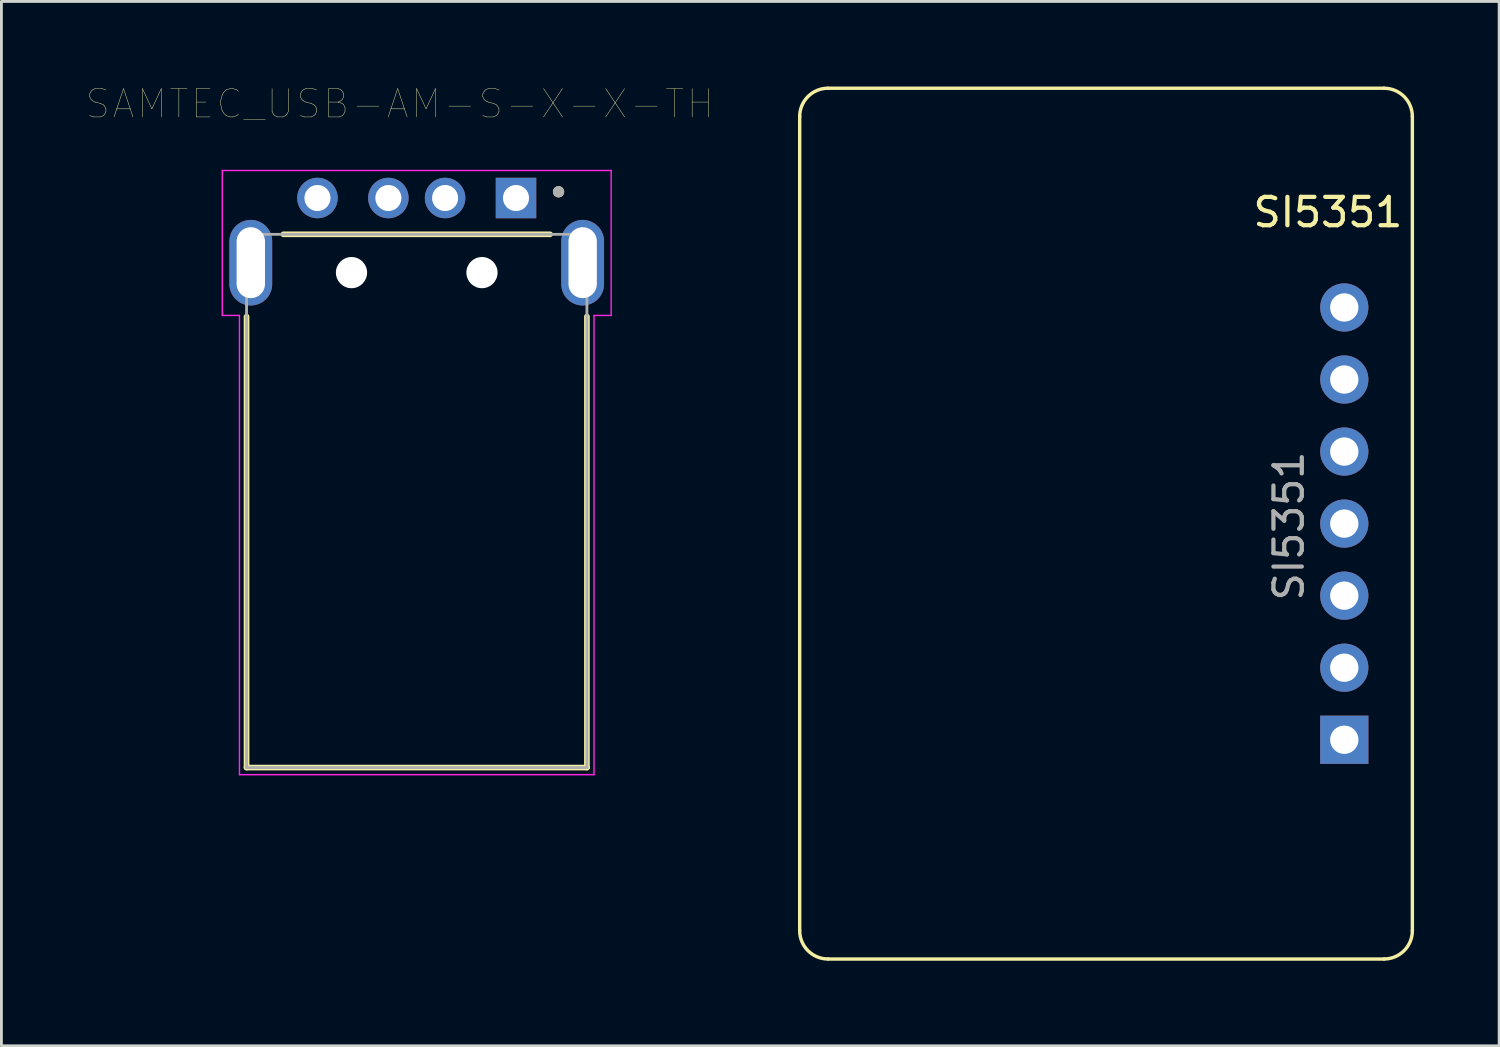
<source format=kicad_pcb>
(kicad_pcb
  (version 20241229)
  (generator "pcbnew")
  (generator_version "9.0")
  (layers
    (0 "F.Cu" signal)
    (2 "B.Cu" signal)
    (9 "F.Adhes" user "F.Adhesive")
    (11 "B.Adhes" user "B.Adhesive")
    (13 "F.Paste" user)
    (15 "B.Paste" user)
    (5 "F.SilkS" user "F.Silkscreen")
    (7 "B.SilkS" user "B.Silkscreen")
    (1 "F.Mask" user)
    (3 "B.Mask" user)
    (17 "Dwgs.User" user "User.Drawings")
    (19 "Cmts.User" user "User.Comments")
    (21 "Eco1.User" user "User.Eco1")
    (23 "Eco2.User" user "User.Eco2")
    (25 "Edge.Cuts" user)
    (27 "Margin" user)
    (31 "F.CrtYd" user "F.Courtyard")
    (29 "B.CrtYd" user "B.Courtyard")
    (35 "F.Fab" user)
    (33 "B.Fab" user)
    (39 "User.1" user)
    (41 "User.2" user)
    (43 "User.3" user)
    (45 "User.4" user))
  (footprint "SAMTEC_USB-AM-S-X-X-TH"
    (layer "F.Cu")
    (at 11.642 6.211)
    (property "Reference" "SAMTEC_USB-AM-S-X-X-TH" (at -0.6 -5.6 0) (layer "F.SilkS") (effects (font (size 1 1) (thickness 0.015))))
    (attr through_hole)
    (fp_line (start -6 17.8) (end -6 1.9) (stroke (width 0.2) (type solid)) (layer "F.SilkS"))
    (fp_line (start -4.7 -1) (end 4.7 -1) (stroke (width 0.2) (type solid)) (layer "F.SilkS"))
    (fp_line (start 6 1.9) (end 6 17.8) (stroke (width 0.2) (type solid)) (layer "F.SilkS"))
    (fp_line (start 6 17.8) (end -6 17.8) (stroke (width 0.2) (type solid)) (layer "F.SilkS"))
    (fp_circle (center 5 -2.5) (end 5.1 -2.5) (stroke (width 0.2) (type solid)) (fill no) (layer "F.SilkS"))
    (fp_line (start -6.855 -3.25) (end 6.855 -3.25) (stroke (width 0.05) (type solid)) (layer "F.CrtYd"))
    (fp_line (start -6.855 1.86) (end -6.855 -3.25) (stroke (width 0.05) (type solid)) (layer "F.CrtYd"))
    (fp_line (start -6.25 1.86) (end -6.855 1.86) (stroke (width 0.05) (type solid)) (layer "F.CrtYd"))
    (fp_line (start -6.25 18.05) (end -6.25 1.86) (stroke (width 0.05) (type solid)) (layer "F.CrtYd"))
    (fp_line (start 6.25 1.86) (end 6.25 18.05) (stroke (width 0.05) (type solid)) (layer "F.CrtYd"))
    (fp_line (start 6.25 18.05) (end -6.25 18.05) (stroke (width 0.05) (type solid)) (layer "F.CrtYd"))
    (fp_line (start 6.855 -3.25) (end 6.855 1.86) (stroke (width 0.05) (type solid)) (layer "F.CrtYd"))
    (fp_line (start 6.855 1.86) (end 6.25 1.86) (stroke (width 0.05) (type solid)) (layer "F.CrtYd"))
    (fp_line (start -6 -1) (end 6 -1) (stroke (width 0.1) (type solid)) (layer "F.Fab"))
    (fp_line (start -6 17.8) (end -6 -1) (stroke (width 0.1) (type solid)) (layer "F.Fab"))
    (fp_line (start 6 -1) (end 6 17.8) (stroke (width 0.1) (type solid)) (layer "F.Fab"))
    (fp_line (start 6 17.8) (end -6 17.8) (stroke (width 0.1) (type solid)) (layer "F.Fab"))
    (fp_circle (center 5 -2.5) (end 5.1 -2.5) (stroke (width 0.2) (type solid)) (fill no) (layer "F.Fab"))
    (pad "" np_thru_hole circle (at -2.3 0.35) (size 1.1 1.1) (drill 1.1) (layers "*.Cu" "*.Mask"))
    (pad "" np_thru_hole circle (at 2.3 0.35) (size 1.1 1.1) (drill 1.1) (layers "*.Cu" "*.Mask"))
    (pad "1" thru_hole rect (at 3.5 -2.28) (size 1.428 1.428) (drill 0.92) (layers "*.Cu" "*.Mask"))
    (pad "2" thru_hole circle (at 1 -2.28) (size 1.428 1.428) (drill 0.92) (layers "*.Cu" "*.Mask"))
    (pad "3" thru_hole circle (at -1 -2.28) (size 1.428 1.428) (drill 0.92) (layers "*.Cu" "*.Mask"))
    (pad "4" thru_hole circle (at -3.5 -2.28) (size 1.428 1.428) (drill 0.92) (layers "*.Cu" "*.Mask"))
    (pad "S1" thru_hole oval (at -5.85 0) (size 1.508 3.016) (drill oval 1 2.5) (layers "*.Cu" "*.Mask"))
    (pad "S2" thru_hole oval (at 5.85 0) (size 1.508 3.016) (drill oval 1 2.5) (layers "*.Cu" "*.Mask")))
  (footprint "SI5351"
    (layer "F.Cu")
    (at 44.343 7.79)
    (property "Reference" "SI5351" (at -0.577 -3.355 0) (layer "F.SilkS") (effects (font (size 1 1) (thickness 0.15))))
    (attr through_hole)
    (fp_line (start -19.2 21.97) (end -19.2 -6.73) (stroke (width 0.12) (type solid)) (layer "F.SilkS"))
    (fp_line (start 1.4 -7.73) (end -18.2 -7.73) (stroke (width 0.12) (type solid)) (layer "F.SilkS"))
    (fp_line (start 1.4 22.97) (end -18.2 22.97) (stroke (width 0.12) (type solid)) (layer "F.SilkS"))
    (fp_line (start 2.4 21.97) (end 2.4 -6.73) (stroke (width 0.12) (type solid)) (layer "F.SilkS"))
    (fp_arc (start -19.2 -6.73) (mid -18.907107 -7.437107) (end -18.2 -7.73) (stroke (width 0.12) (type solid)) (layer "F.SilkS"))
    (fp_arc (start -18.2 22.97) (mid -18.907107 22.677107) (end -19.2 21.97) (stroke (width 0.12) (type solid)) (layer "F.SilkS"))
    (fp_arc (start 1.4 -7.73) (mid 2.107107 -7.437107) (end 2.4 -6.73) (stroke (width 0.12) (type solid)) (layer "F.SilkS"))
    (fp_arc (start 2.4 21.97) (mid 2.107107 22.677107) (end 1.4 22.97) (stroke (width 0.12) (type solid)) (layer "F.SilkS"))
    (fp_text user "${REFERENCE}" (at -1.953 7.706 90) (layer "F.Fab") (effects (font (size 1 1) (thickness 0.15))))
    (pad "1" thru_hole rect (at 0 15.24) (size 1.7 1.7) (drill 1) (layers "*.Cu" "*.Mask"))
    (pad "2" thru_hole oval (at 0 12.7) (size 1.7 1.7) (drill 1) (layers "*.Cu" "*.Mask"))
    (pad "3" thru_hole oval (at 0 10.16) (size 1.7 1.7) (drill 1) (layers "*.Cu" "*.Mask"))
    (pad "4" thru_hole oval (at 0 7.62) (size 1.7 1.7) (drill 1) (layers "*.Cu" "*.Mask"))
    (pad "5" thru_hole oval (at 0 5.08) (size 1.7 1.7) (drill 1) (layers "*.Cu" "*.Mask"))
    (pad "6" thru_hole oval (at 0 2.54) (size 1.7 1.7) (drill 1) (layers "*.Cu" "*.Mask"))
    (pad "7" thru_hole oval (at 0 0) (size 1.7 1.7) (drill 1) (layers "*.Cu" "*.Mask")))
  (gr_rect
    (start -3 -3)
    (end 49.803 33.82)
    (stroke (width 0.1) (type default))
    (fill no)
    (layer "Edge.Cuts")))
</source>
